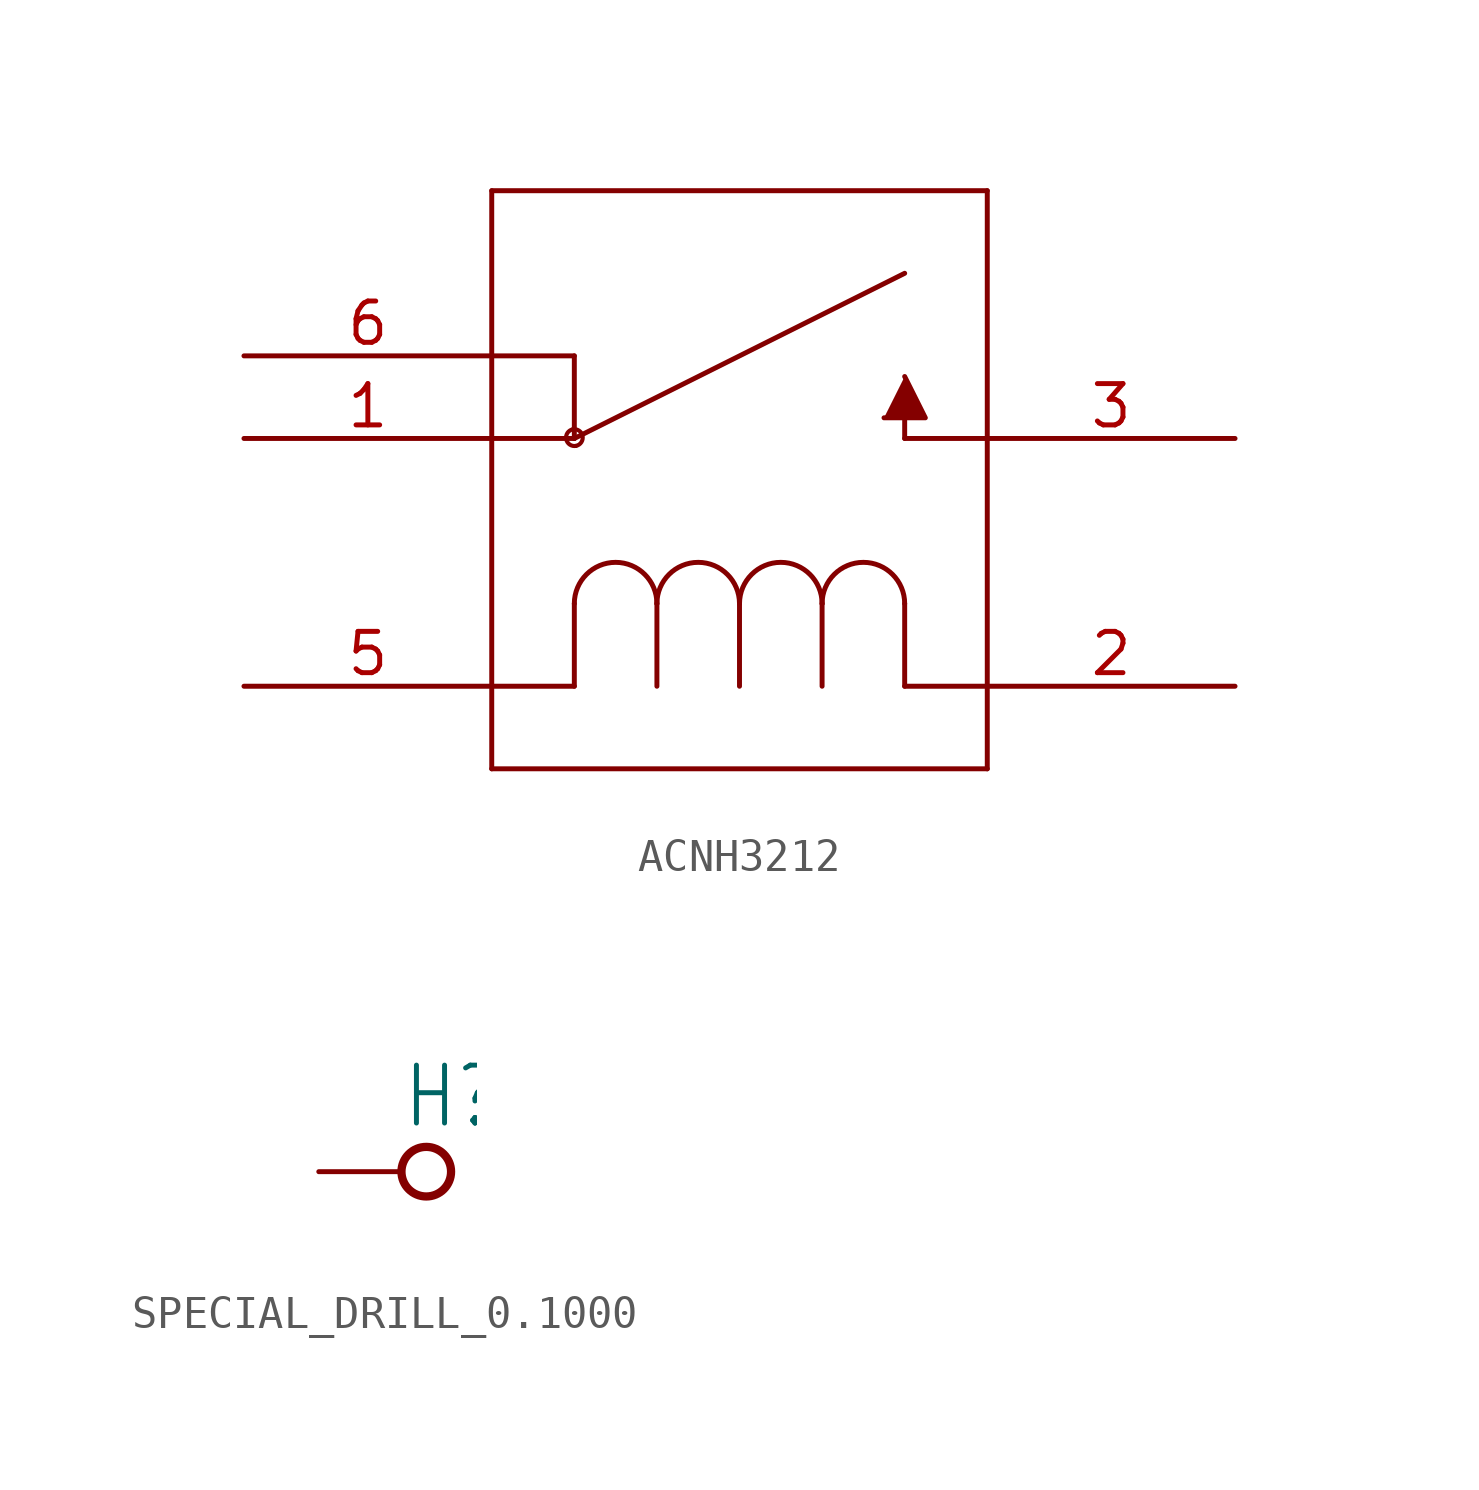
<source format=kicad_sym>
(kicad_symbol_lib
  (version 20231120)
  (generator "kicad_symbol_editor")
  (generator_version "8.0")
  (symbol "ACNH3212"
    (property "Reference" "U"
      (at 0 0 0)
      (effects (font (size 1.27 1.27)) (hide yes)))
    (property "ki_locked" ""
      (at 0 0 0)
      (effects (font (size 1.27 1.27))))
    (symbol "ACNH3212_1_0"
      (polyline (pts (xy 7.62 -2.54) (xy 22.86 -2.54)) (stroke (width 0.152) (type solid)) (fill (type none)))
      (polyline (pts (xy 7.62 7.62) (xy 7.62 -2.54)) (stroke (width 0.152) (type solid)) (fill (type none)))
      (polyline (pts (xy 7.62 10.16) (xy 7.62 7.62)) (stroke (width 0.152) (type solid)) (fill (type none)))
      (polyline (pts (xy 7.62 10.16) (xy 10.16 10.16)) (stroke (width 0.152) (type solid)) (fill (type none)))
      (polyline (pts (xy 7.62 15.24) (xy 7.62 10.16)) (stroke (width 0.152) (type solid)) (fill (type none)))
      (polyline (pts (xy 10.16 0) (xy 7.62 0)) (stroke (width 0.152) (type solid)) (fill (type none)))
      (polyline (pts (xy 10.16 2.54) (xy 10.16 0)) (stroke (width 0.152) (type solid)) (fill (type none)))
      (polyline (pts (xy 10.16 7.62) (xy 7.62 7.62)) (stroke (width 0.152) (type solid)) (fill (type none)))
      (polyline (pts (xy 10.16 7.62) (xy 20.32 12.7)) (stroke (width 0.152) (type solid)) (fill (type none)))
      (polyline (pts (xy 10.16 10.16) (xy 10.16 7.62)) (stroke (width 0.152) (type solid)) (fill (type none)))
      (polyline (pts (xy 12.7 2.54) (xy 12.7 0)) (stroke (width 0.152) (type solid)) (fill (type none)))
      (polyline (pts (xy 15.24 2.54) (xy 15.24 0)) (stroke (width 0.152) (type solid)) (fill (type none)))
      (polyline (pts (xy 17.78 2.54) (xy 17.78 0)) (stroke (width 0.152) (type solid)) (fill (type none)))
      (polyline (pts (xy 20.32 0) (xy 22.86 0)) (stroke (width 0.152) (type solid)) (fill (type none)))
      (polyline (pts (xy 20.32 2.54) (xy 20.32 0)) (stroke (width 0.152) (type solid)) (fill (type none)))
      (polyline (pts (xy 20.32 7.62) (xy 20.32 8.89)) (stroke (width 0.152) (type solid)) (fill (type none)))
      (polyline (pts (xy 22.86 -2.54) (xy 22.86 0)) (stroke (width 0.152) (type solid)) (fill (type none)))
      (polyline (pts (xy 22.86 0) (xy 22.86 7.62)) (stroke (width 0.152) (type solid)) (fill (type none)))
      (polyline (pts (xy 22.86 7.62) (xy 20.32 7.62)) (stroke (width 0.152) (type solid)) (fill (type none)))
      (polyline (pts (xy 22.86 7.62) (xy 22.86 15.24)) (stroke (width 0.152) (type solid)) (fill (type none)))
      (polyline (pts (xy 22.86 15.24) (xy 7.62 15.24)) (stroke (width 0.152) (type solid)) (fill (type none)))
      (polyline (pts (xy 19.685 8.255) (xy 20.955 8.255) (xy 20.32 9.525)) (stroke (width 0) (type solid)) (fill (type outline)))
      (arc (start 10.1092 7.8994) (mid 9.906 7.5946) (end 10.2108 7.3914) (stroke (width 0.127) (type solid)) (fill (type none)))
      (arc (start 10.2108 7.3914) (mid 10.414 7.6962) (end 10.1092 7.8994) (stroke (width 0.127) (type solid)) (fill (type none)))
      (arc (start 12.7 2.54) (mid 11.43 3.81) (end 10.16 2.54) (stroke (width 0.1524) (type solid)) (fill (type none)))
      (arc (start 15.24 2.54) (mid 13.97 3.81) (end 12.7 2.54) (stroke (width 0.1524) (type solid)) (fill (type none)))
      (arc (start 17.78 2.54) (mid 16.51 3.81) (end 15.24 2.54) (stroke (width 0.1524) (type solid)) (fill (type none)))
      (arc (start 20.32 2.54) (mid 19.05 3.81) (end 17.78 2.54) (stroke (width 0.1524) (type solid)) (fill (type none)))
      (pin passive line (at 0 7.62 0) (length 7.62) (name "4" (effects (font (size 0 0)))) (number "1" (effects (font (size 1.27 1.27)))))
      (pin passive line (at 30.48 0 180) (length 7.62) (name "5" (effects (font (size 0 0)))) (number "2" (effects (font (size 1.27 1.27)))))
      (pin passive line (at 30.48 7.62 180) (length 7.62) (name "3" (effects (font (size 0 0)))) (number "3" (effects (font (size 1.27 1.27)))))
      (pin passive line (at 0 0 0) (length 7.62) (name "1" (effects (font (size 0 0)))) (number "5" (effects (font (size 1.27 1.27)))))
      (pin passive line (at 0 10.16 0) (length 7.62) (name "2" (effects (font (size 0 0)))) (number "6" (effects (font (size 1.27 1.27)))))))
  (symbol "SPECIAL_DRILL_0.1000"
    (property "Reference" "H"
      (at 0 1.27 0)
      (effects (font (size 1.778 1.511)) (justify left bottom)))
    (property "Value" ""
      (at 0 -2.794 0)
      (effects (font (size 1.778 1.511)) (justify left bottom)))
    (property "ki_locked" ""
      (at 0 0 0)
      (effects (font (size 1.27 1.27))))
    (symbol "SPECIAL_DRILL_0.1000_1_0"
      (circle (center 0.762 0) (radius 0.762) (stroke (width 0.254) (type solid)) (fill (type none)))
      (pin passive line (at -2.54 0 0) (length 2.54) (name "1" (effects (font (size 0 0)))) (number "1" (effects (font (size 0 0))))))))
</source>
